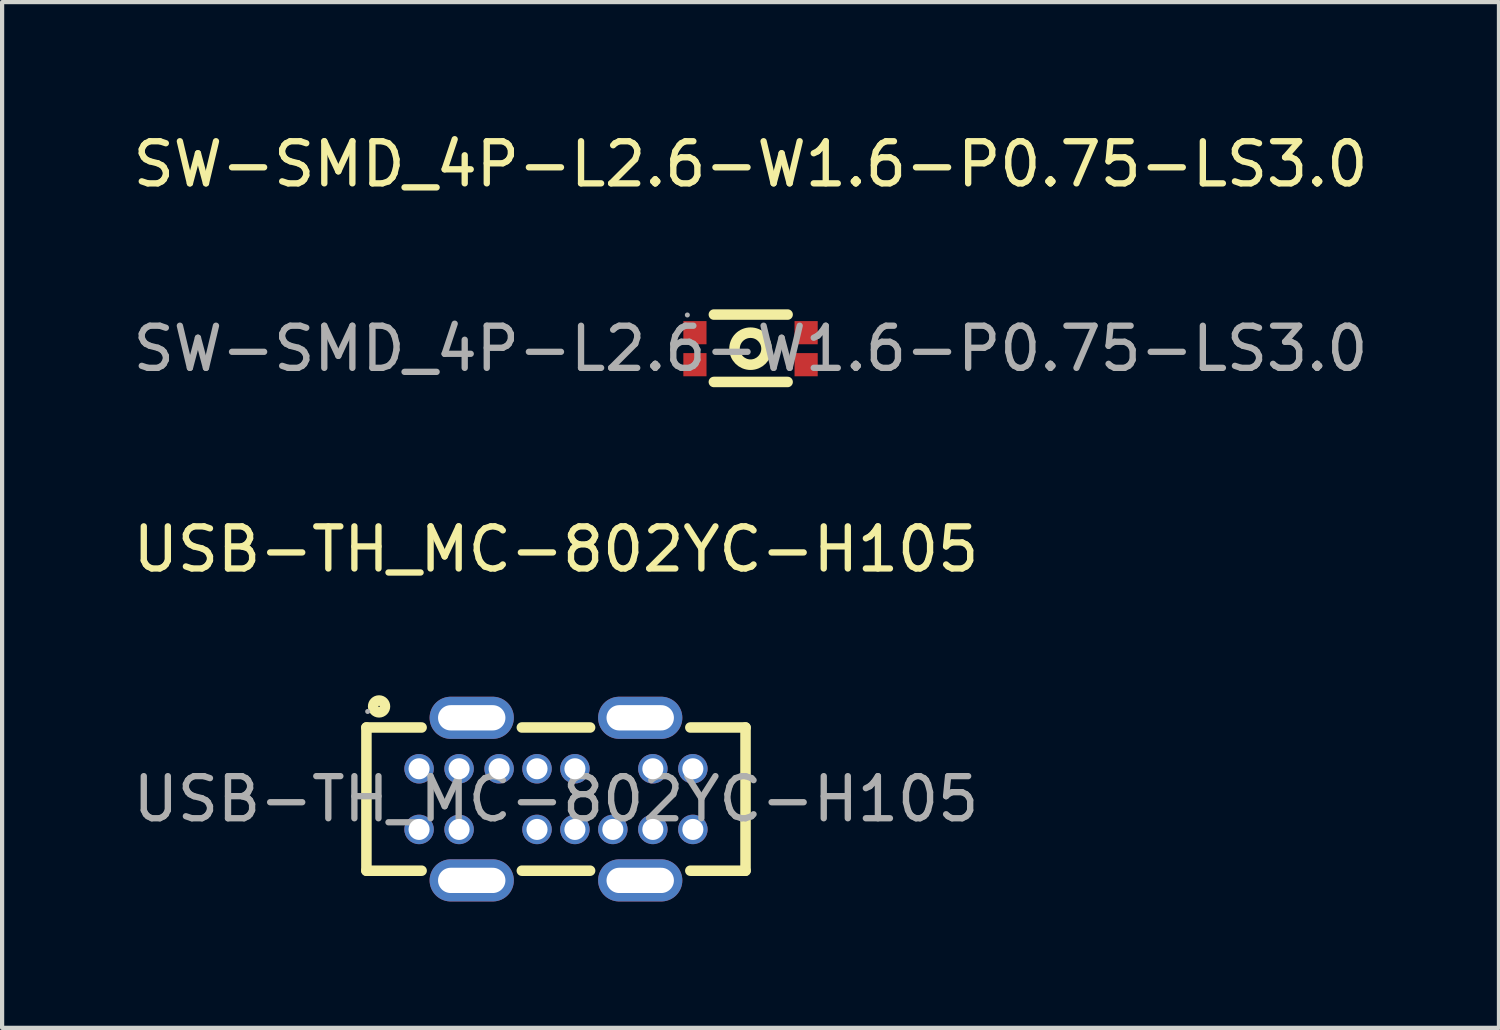
<source format=kicad_pcb>
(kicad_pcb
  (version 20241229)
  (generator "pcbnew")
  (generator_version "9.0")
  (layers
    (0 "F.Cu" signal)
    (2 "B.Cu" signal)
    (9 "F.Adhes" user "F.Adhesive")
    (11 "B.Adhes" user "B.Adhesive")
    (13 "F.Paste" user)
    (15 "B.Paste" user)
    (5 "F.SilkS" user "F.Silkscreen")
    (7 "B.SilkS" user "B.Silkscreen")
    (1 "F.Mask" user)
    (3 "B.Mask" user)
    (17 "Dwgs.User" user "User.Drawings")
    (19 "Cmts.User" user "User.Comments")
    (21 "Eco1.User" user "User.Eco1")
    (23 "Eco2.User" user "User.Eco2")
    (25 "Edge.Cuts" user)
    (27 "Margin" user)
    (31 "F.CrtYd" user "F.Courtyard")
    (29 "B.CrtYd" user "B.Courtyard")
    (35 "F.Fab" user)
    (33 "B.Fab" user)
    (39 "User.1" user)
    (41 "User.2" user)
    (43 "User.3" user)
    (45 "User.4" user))
  (footprint "SW-SMD_4P-L2.6-W1.6-P0.75-LS3.0"
    (layer "F.Cu")
    (at 14.768 5.228)
    (property "Reference" "SW-SMD_4P-L2.6-W1.6-P0.75-LS3.0" (at 0 -4.38 0) (layer "F.SilkS") (effects (font (size 1 1) (thickness 0.15))))
    (attr smd)
    (fp_line (start -0.87 -0.81) (end 0.88 -0.81) (stroke (width 0.25) (type solid)) (layer "F.SilkS"))
    (fp_line (start -0.87 0.79) (end 0.88 0.79) (stroke (width 0.25) (type solid)) (layer "F.SilkS"))
    (fp_circle (center 0 0) (end 0.38 0) (stroke (width 0.25) (type solid)) (fill no) (layer "F.SilkS"))
    (fp_circle (center -1.5 -0.8) (end -1.47 -0.8) (stroke (width 0.06) (type solid)) (fill no) (layer "F.Fab"))
    (fp_text user "${REFERENCE}" (at 0 0 0) (layer "F.Fab") (effects (font (size 1 1) (thickness 0.15))))
    (pad "1" smd rect (at -1.32 -0.38) (size 0.55 0.55) (layers "F.Cu" "F.Mask" "F.Paste"))
    (pad "2" smd rect (at -1.32 0.38) (size 0.55 0.55) (layers "F.Cu" "F.Mask" "F.Paste"))
    (pad "3" smd rect (at 1.32 -0.38) (size 0.55 0.55) (layers "F.Cu" "F.Mask" "F.Paste"))
    (pad "4" smd rect (at 1.32 0.38) (size 0.55 0.55) (layers "F.Cu" "F.Mask" "F.Paste")))
  (footprint "USB-TH_MC-802YC-H105"
    (layer "F.Cu")
    (at 10.149 15.921)
    (property "Reference" "USB-TH_MC-802YC-H105" (at 0 -5.93 0) (layer "F.SilkS") (effects (font (size 1 1) (thickness 0.15))))
    (attr through_hole)
    (fp_line (start -4.5 -1.7) (end -3.19 -1.7) (stroke (width 0.25) (type solid)) (layer "F.SilkS"))
    (fp_line (start -4.5 1.7) (end -4.5 -1.7) (stroke (width 0.25) (type solid)) (layer "F.SilkS"))
    (fp_line (start -3.19 1.7) (end -4.5 1.7) (stroke (width 0.25) (type solid)) (layer "F.SilkS"))
    (fp_line (start -0.81 -1.7) (end 0.81 -1.7) (stroke (width 0.25) (type solid)) (layer "F.SilkS"))
    (fp_line (start 0.81 1.7) (end -0.81 1.7) (stroke (width 0.25) (type solid)) (layer "F.SilkS"))
    (fp_line (start 3.19 -1.7) (end 4.5 -1.7) (stroke (width 0.25) (type solid)) (layer "F.SilkS"))
    (fp_line (start 4.5 -1.7) (end 4.5 1.7) (stroke (width 0.25) (type solid)) (layer "F.SilkS"))
    (fp_line (start 4.5 1.7) (end 3.19 1.7) (stroke (width 0.25) (type solid)) (layer "F.SilkS"))
    (fp_circle (center -4.2 -2.2) (end -4.06 -2.2) (stroke (width 0.25) (type solid)) (fill no) (layer "F.SilkS"))
    (fp_circle (center -4.47 -2.08) (end -4.44 -2.08) (stroke (width 0.06) (type solid)) (fill no) (layer "F.Fab"))
    (fp_text user "${REFERENCE}" (at 0 0 0) (layer "F.Fab") (effects (font (size 1 1) (thickness 0.15))))
    (pad "1" thru_hole oval (at 2 1.93) (size 2 1) (drill oval 1.6 0.6) (layers "*.Cu" "*.Mask"))
    (pad "2" thru_hole oval (at -2 1.93) (size 2 1) (drill oval 1.6 0.6) (layers "*.Cu" "*.Mask"))
    (pad "3" thru_hole oval (at 2 -1.93) (size 2 1) (drill oval 1.6 0.6) (layers "*.Cu" "*.Mask"))
    (pad "4" thru_hole oval (at -2 -1.93) (size 2 1) (drill oval 1.6 0.6) (layers "*.Cu" "*.Mask"))
    (pad "A1" thru_hole circle (at -3.25 -0.72) (size 0.7 0.7) (drill 0.5) (layers "*.Cu" "*.Mask"))
    (pad "A4" thru_hole circle (at -2.3 -0.72) (size 0.7 0.7) (drill 0.5) (layers "*.Cu" "*.Mask"))
    (pad "A5" thru_hole circle (at -1.35 -0.72) (size 0.7 0.7) (drill 0.5) (layers "*.Cu" "*.Mask"))
    (pad "A6" thru_hole circle (at -0.45 -0.72) (size 0.7 0.7) (drill 0.5) (layers "*.Cu" "*.Mask"))
    (pad "A7" thru_hole circle (at 0.45 -0.72) (size 0.7 0.7) (drill 0.5) (layers "*.Cu" "*.Mask"))
    (pad "A9" thru_hole circle (at 2.3 -0.72) (size 0.7 0.7) (drill 0.5) (layers "*.Cu" "*.Mask"))
    (pad "A12" thru_hole circle (at 3.25 -0.72) (size 0.7 0.7) (drill 0.5) (layers "*.Cu" "*.Mask"))
    (pad "B1" thru_hole circle (at 3.25 0.72) (size 0.7 0.7) (drill 0.5) (layers "*.Cu" "*.Mask"))
    (pad "B4" thru_hole circle (at 2.3 0.72) (size 0.7 0.7) (drill 0.5) (layers "*.Cu" "*.Mask"))
    (pad "B5" thru_hole circle (at 1.35 0.72) (size 0.7 0.7) (drill 0.5) (layers "*.Cu" "*.Mask"))
    (pad "B6" thru_hole circle (at 0.45 0.72) (size 0.7 0.7) (drill 0.5) (layers "*.Cu" "*.Mask"))
    (pad "B7" thru_hole circle (at -0.45 0.72) (size 0.7 0.7) (drill 0.5) (layers "*.Cu" "*.Mask"))
    (pad "B9" thru_hole circle (at -2.3 0.72) (size 0.7 0.7) (drill 0.5) (layers "*.Cu" "*.Mask"))
    (pad "B12" thru_hole circle (at -3.25 0.72) (size 0.7 0.7) (drill 0.5) (layers "*.Cu" "*.Mask")))
  (gr_rect
    (start -3 -3)
    (end 32.536 21.352)
    (stroke (width 0.1) (type default))
    (fill no)
    (layer "Edge.Cuts")))
</source>
